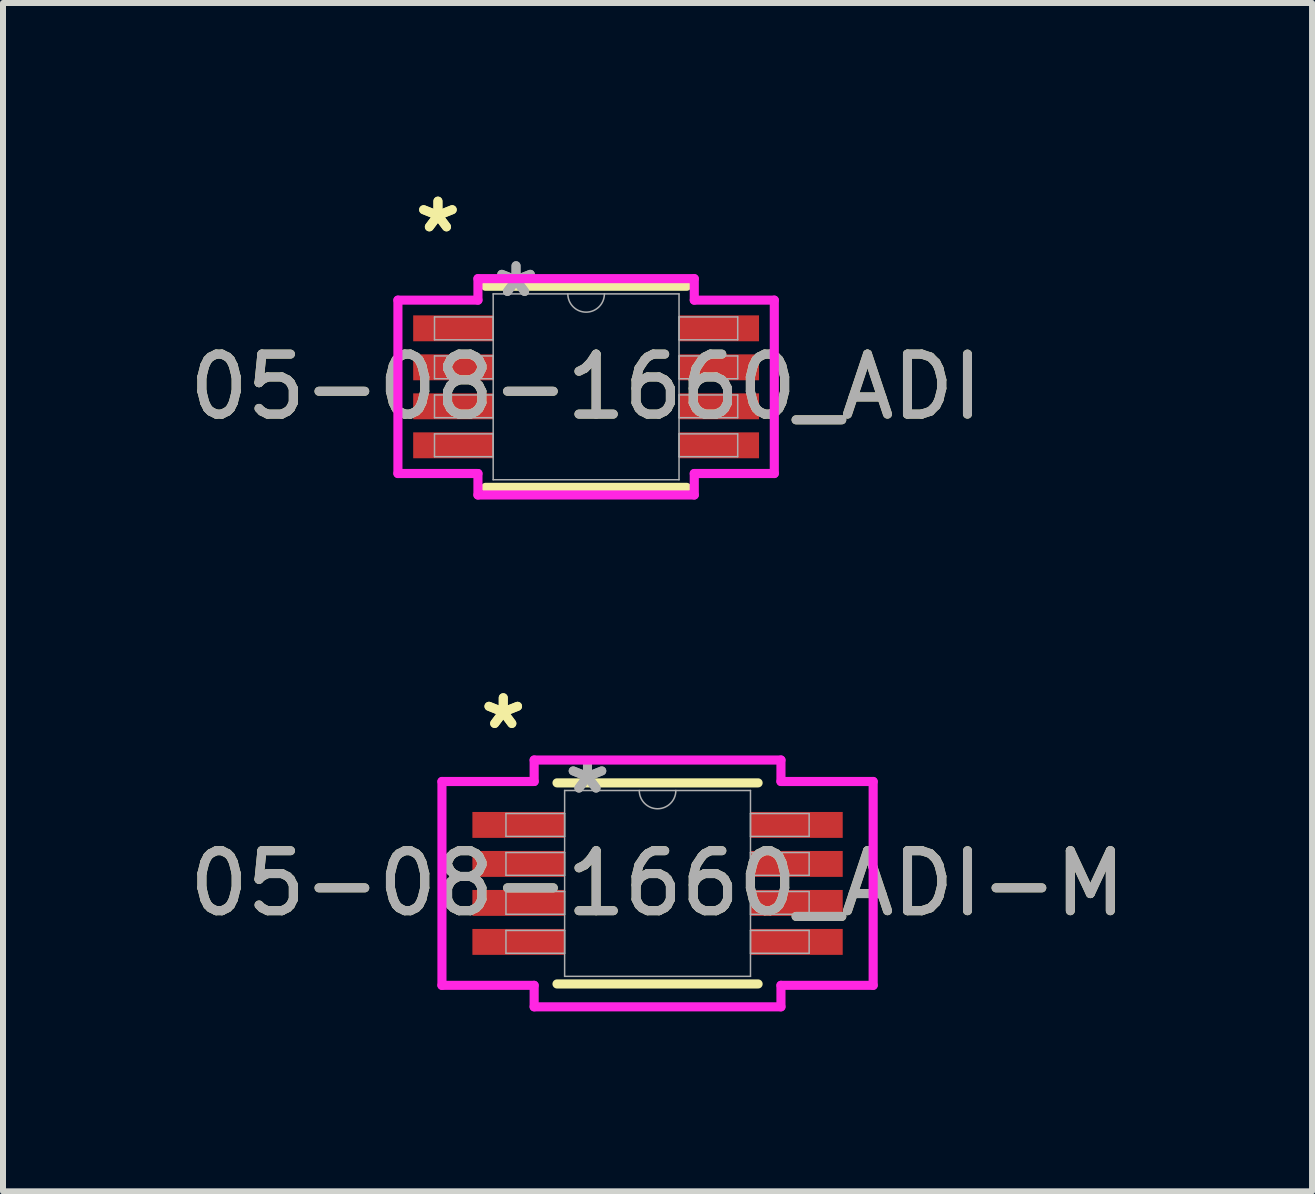
<source format=kicad_pcb>
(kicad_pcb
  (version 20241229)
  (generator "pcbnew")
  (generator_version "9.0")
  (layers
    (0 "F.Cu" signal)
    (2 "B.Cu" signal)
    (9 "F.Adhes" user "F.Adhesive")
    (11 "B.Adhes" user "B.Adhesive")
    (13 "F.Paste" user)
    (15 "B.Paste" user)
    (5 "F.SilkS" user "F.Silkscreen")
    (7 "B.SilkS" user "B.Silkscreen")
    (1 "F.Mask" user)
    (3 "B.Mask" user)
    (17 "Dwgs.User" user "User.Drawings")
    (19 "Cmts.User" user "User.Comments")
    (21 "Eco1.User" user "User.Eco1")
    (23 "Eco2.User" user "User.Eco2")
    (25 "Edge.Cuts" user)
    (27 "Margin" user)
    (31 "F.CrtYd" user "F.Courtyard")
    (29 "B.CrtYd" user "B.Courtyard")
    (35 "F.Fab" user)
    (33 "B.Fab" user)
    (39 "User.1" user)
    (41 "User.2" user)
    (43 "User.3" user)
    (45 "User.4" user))
  (footprint "05-08-1660_ADI-M"
    (layer "F.Cu")
    (at 7.911 11.676)
    (property "Reference" "05-08-1660_ADI-M" (at 0 0 0) (unlocked yes) (layer "F.SilkS") (effects (font (size 1 1) (thickness 0.15))))
    (attr smd)
    (fp_line (start -1.676 1.676) (end 1.676 1.676) (stroke (width 0.152) (type solid)) (layer "F.SilkS"))
    (fp_line (start 1.676 -1.676) (end -1.676 -1.676) (stroke (width 0.152) (type solid)) (layer "F.SilkS"))
    (fp_line (start -3.594 -1.699) (end -2.057 -1.699) (stroke (width 0.152) (type solid)) (layer "F.CrtYd"))
    (fp_line (start -3.594 1.699) (end -3.594 -1.699) (stroke (width 0.152) (type solid)) (layer "F.CrtYd"))
    (fp_line (start -3.594 1.699) (end -2.057 1.699) (stroke (width 0.152) (type solid)) (layer "F.CrtYd"))
    (fp_line (start -2.057 -2.057) (end 2.057 -2.057) (stroke (width 0.152) (type solid)) (layer "F.CrtYd"))
    (fp_line (start -2.057 -1.699) (end -2.057 -2.057) (stroke (width 0.152) (type solid)) (layer "F.CrtYd"))
    (fp_line (start -2.057 2.057) (end -2.057 1.699) (stroke (width 0.152) (type solid)) (layer "F.CrtYd"))
    (fp_line (start 2.057 -2.057) (end 2.057 -1.699) (stroke (width 0.152) (type solid)) (layer "F.CrtYd"))
    (fp_line (start 2.057 1.699) (end 2.057 2.057) (stroke (width 0.152) (type solid)) (layer "F.CrtYd"))
    (fp_line (start 2.057 2.057) (end -2.057 2.057) (stroke (width 0.152) (type solid)) (layer "F.CrtYd"))
    (fp_line (start 3.594 -1.699) (end 2.057 -1.699) (stroke (width 0.152) (type solid)) (layer "F.CrtYd"))
    (fp_line (start 3.594 -1.699) (end 3.594 1.699) (stroke (width 0.152) (type solid)) (layer "F.CrtYd"))
    (fp_line (start 3.594 1.699) (end 2.057 1.699) (stroke (width 0.152) (type solid)) (layer "F.CrtYd"))
    (fp_line (start -2.527 -1.165) (end -2.527 -0.784) (stroke (width 0.025) (type solid)) (layer "F.Fab"))
    (fp_line (start -2.527 -0.784) (end -1.549 -0.784) (stroke (width 0.025) (type solid)) (layer "F.Fab"))
    (fp_line (start -2.527 -0.515) (end -2.527 -0.135) (stroke (width 0.025) (type solid)) (layer "F.Fab"))
    (fp_line (start -2.527 -0.135) (end -1.549 -0.135) (stroke (width 0.025) (type solid)) (layer "F.Fab"))
    (fp_line (start -2.527 0.135) (end -2.527 0.515) (stroke (width 0.025) (type solid)) (layer "F.Fab"))
    (fp_line (start -2.527 0.515) (end -1.549 0.515) (stroke (width 0.025) (type solid)) (layer "F.Fab"))
    (fp_line (start -2.527 0.784) (end -2.527 1.165) (stroke (width 0.025) (type solid)) (layer "F.Fab"))
    (fp_line (start -2.527 1.165) (end -1.549 1.165) (stroke (width 0.025) (type solid)) (layer "F.Fab"))
    (fp_line (start -1.549 -1.549) (end -1.549 1.549) (stroke (width 0.025) (type solid)) (layer "F.Fab"))
    (fp_line (start -1.549 -1.165) (end -2.527 -1.165) (stroke (width 0.025) (type solid)) (layer "F.Fab"))
    (fp_line (start -1.549 -0.784) (end -1.549 -1.165) (stroke (width 0.025) (type solid)) (layer "F.Fab"))
    (fp_line (start -1.549 -0.515) (end -2.527 -0.515) (stroke (width 0.025) (type solid)) (layer "F.Fab"))
    (fp_line (start -1.549 -0.135) (end -1.549 -0.515) (stroke (width 0.025) (type solid)) (layer "F.Fab"))
    (fp_line (start -1.549 0.135) (end -2.527 0.135) (stroke (width 0.025) (type solid)) (layer "F.Fab"))
    (fp_line (start -1.549 0.515) (end -1.549 0.135) (stroke (width 0.025) (type solid)) (layer "F.Fab"))
    (fp_line (start -1.549 0.784) (end -2.527 0.784) (stroke (width 0.025) (type solid)) (layer "F.Fab"))
    (fp_line (start -1.549 1.165) (end -1.549 0.784) (stroke (width 0.025) (type solid)) (layer "F.Fab"))
    (fp_line (start -1.549 1.549) (end 1.549 1.549) (stroke (width 0.025) (type solid)) (layer "F.Fab"))
    (fp_line (start 1.549 -1.549) (end -1.549 -1.549) (stroke (width 0.025) (type solid)) (layer "F.Fab"))
    (fp_line (start 1.549 -1.165) (end 1.549 -0.784) (stroke (width 0.025) (type solid)) (layer "F.Fab"))
    (fp_line (start 1.549 -0.784) (end 2.527 -0.784) (stroke (width 0.025) (type solid)) (layer "F.Fab"))
    (fp_line (start 1.549 -0.515) (end 1.549 -0.135) (stroke (width 0.025) (type solid)) (layer "F.Fab"))
    (fp_line (start 1.549 -0.135) (end 2.527 -0.135) (stroke (width 0.025) (type solid)) (layer "F.Fab"))
    (fp_line (start 1.549 0.135) (end 1.549 0.515) (stroke (width 0.025) (type solid)) (layer "F.Fab"))
    (fp_line (start 1.549 0.515) (end 2.527 0.515) (stroke (width 0.025) (type solid)) (layer "F.Fab"))
    (fp_line (start 1.549 0.784) (end 1.549 1.165) (stroke (width 0.025) (type solid)) (layer "F.Fab"))
    (fp_line (start 1.549 1.165) (end 2.527 1.165) (stroke (width 0.025) (type solid)) (layer "F.Fab"))
    (fp_line (start 1.549 1.549) (end 1.549 -1.549) (stroke (width 0.025) (type solid)) (layer "F.Fab"))
    (fp_line (start 2.527 -1.165) (end 1.549 -1.165) (stroke (width 0.025) (type solid)) (layer "F.Fab"))
    (fp_line (start 2.527 -0.784) (end 2.527 -1.165) (stroke (width 0.025) (type solid)) (layer "F.Fab"))
    (fp_line (start 2.527 -0.515) (end 1.549 -0.515) (stroke (width 0.025) (type solid)) (layer "F.Fab"))
    (fp_line (start 2.527 -0.135) (end 2.527 -0.515) (stroke (width 0.025) (type solid)) (layer "F.Fab"))
    (fp_line (start 2.527 0.135) (end 1.549 0.135) (stroke (width 0.025) (type solid)) (layer "F.Fab"))
    (fp_line (start 2.527 0.515) (end 2.527 0.135) (stroke (width 0.025) (type solid)) (layer "F.Fab"))
    (fp_line (start 2.527 0.784) (end 1.549 0.784) (stroke (width 0.025) (type solid)) (layer "F.Fab"))
    (fp_line (start 2.527 1.165) (end 2.527 0.784) (stroke (width 0.025) (type solid)) (layer "F.Fab"))
    (fp_arc (start 0.3048 -1.5494) (mid 0 -1.2446) (end -0.3048 -1.5494) (stroke (width 0.0254) (type solid)) (layer "F.Fab"))
    (fp_text user "*" (at -2.572 -2.55 0) (unlocked yes) (layer "F.SilkS") (effects (font (size 1 1) (thickness 0.15))))
    (fp_text user "*" (at -2.572 -2.55 0) (layer "F.SilkS") (effects (font (size 1 1) (thickness 0.15))))
    (fp_text user "*" (at -1.168 -1.473 0) (layer "F.Fab") (effects (font (size 1 1) (thickness 0.15))))
    (fp_text user "${REFERENCE}" (at 0 0 0) (unlocked yes) (layer "F.Fab") (effects (font (size 1 1) (thickness 0.15))))
    (fp_text user "*" (at -1.168 -1.473 0) (unlocked yes) (layer "F.Fab") (effects (font (size 1 1) (thickness 0.15))))
    (pad "1" smd rect (at -2.318 -0.975) (size 1.537 0.432) (layers "F.Cu" "F.Mask" "F.Paste"))
    (pad "2" smd rect (at -2.318 -0.325) (size 1.537 0.432) (layers "F.Cu" "F.Mask" "F.Paste"))
    (pad "3" smd rect (at -2.318 0.325) (size 1.537 0.432) (layers "F.Cu" "F.Mask" "F.Paste"))
    (pad "4" smd rect (at -2.318 0.975) (size 1.537 0.432) (layers "F.Cu" "F.Mask" "F.Paste"))
    (pad "5" smd rect (at 2.318 0.975) (size 1.537 0.432) (layers "F.Cu" "F.Mask" "F.Paste"))
    (pad "6" smd rect (at 2.318 0.325) (size 1.537 0.432) (layers "F.Cu" "F.Mask" "F.Paste"))
    (pad "7" smd rect (at 2.318 -0.325) (size 1.537 0.432) (layers "F.Cu" "F.Mask" "F.Paste"))
    (pad "8" smd rect (at 2.318 -0.975) (size 1.537 0.432) (layers "F.Cu" "F.Mask" "F.Paste")))
  (footprint "05-08-1660_ADI"
    (layer "F.Cu")
    (at 6.72 3.398)
    (property "Reference" "05-08-1660_ADI" (at 0 0 0) (unlocked yes) (layer "F.SilkS") (effects (font (size 1 1) (thickness 0.15))))
    (attr smd)
    (fp_line (start -1.676 1.676) (end 1.676 1.676) (stroke (width 0.152) (type solid)) (layer "F.SilkS"))
    (fp_line (start 1.676 -1.676) (end -1.676 -1.676) (stroke (width 0.152) (type solid)) (layer "F.SilkS"))
    (fp_line (start -3.137 -1.445) (end -1.803 -1.445) (stroke (width 0.152) (type solid)) (layer "F.CrtYd"))
    (fp_line (start -3.137 1.445) (end -3.137 -1.445) (stroke (width 0.152) (type solid)) (layer "F.CrtYd"))
    (fp_line (start -3.137 1.445) (end -1.803 1.445) (stroke (width 0.152) (type solid)) (layer "F.CrtYd"))
    (fp_line (start -1.803 -1.803) (end 1.803 -1.803) (stroke (width 0.152) (type solid)) (layer "F.CrtYd"))
    (fp_line (start -1.803 -1.445) (end -1.803 -1.803) (stroke (width 0.152) (type solid)) (layer "F.CrtYd"))
    (fp_line (start -1.803 1.803) (end -1.803 1.445) (stroke (width 0.152) (type solid)) (layer "F.CrtYd"))
    (fp_line (start 1.803 -1.803) (end 1.803 -1.445) (stroke (width 0.152) (type solid)) (layer "F.CrtYd"))
    (fp_line (start 1.803 1.445) (end 1.803 1.803) (stroke (width 0.152) (type solid)) (layer "F.CrtYd"))
    (fp_line (start 1.803 1.803) (end -1.803 1.803) (stroke (width 0.152) (type solid)) (layer "F.CrtYd"))
    (fp_line (start 3.137 -1.445) (end 1.803 -1.445) (stroke (width 0.152) (type solid)) (layer "F.CrtYd"))
    (fp_line (start 3.137 -1.445) (end 3.137 1.445) (stroke (width 0.152) (type solid)) (layer "F.CrtYd"))
    (fp_line (start 3.137 1.445) (end 1.803 1.445) (stroke (width 0.152) (type solid)) (layer "F.CrtYd"))
    (fp_line (start -2.527 -1.165) (end -2.527 -0.784) (stroke (width 0.025) (type solid)) (layer "F.Fab"))
    (fp_line (start -2.527 -0.784) (end -1.549 -0.784) (stroke (width 0.025) (type solid)) (layer "F.Fab"))
    (fp_line (start -2.527 -0.515) (end -2.527 -0.135) (stroke (width 0.025) (type solid)) (layer "F.Fab"))
    (fp_line (start -2.527 -0.135) (end -1.549 -0.135) (stroke (width 0.025) (type solid)) (layer "F.Fab"))
    (fp_line (start -2.527 0.135) (end -2.527 0.515) (stroke (width 0.025) (type solid)) (layer "F.Fab"))
    (fp_line (start -2.527 0.515) (end -1.549 0.515) (stroke (width 0.025) (type solid)) (layer "F.Fab"))
    (fp_line (start -2.527 0.784) (end -2.527 1.165) (stroke (width 0.025) (type solid)) (layer "F.Fab"))
    (fp_line (start -2.527 1.165) (end -1.549 1.165) (stroke (width 0.025) (type solid)) (layer "F.Fab"))
    (fp_line (start -1.549 -1.549) (end -1.549 1.549) (stroke (width 0.025) (type solid)) (layer "F.Fab"))
    (fp_line (start -1.549 -1.165) (end -2.527 -1.165) (stroke (width 0.025) (type solid)) (layer "F.Fab"))
    (fp_line (start -1.549 -0.784) (end -1.549 -1.165) (stroke (width 0.025) (type solid)) (layer "F.Fab"))
    (fp_line (start -1.549 -0.515) (end -2.527 -0.515) (stroke (width 0.025) (type solid)) (layer "F.Fab"))
    (fp_line (start -1.549 -0.135) (end -1.549 -0.515) (stroke (width 0.025) (type solid)) (layer "F.Fab"))
    (fp_line (start -1.549 0.135) (end -2.527 0.135) (stroke (width 0.025) (type solid)) (layer "F.Fab"))
    (fp_line (start -1.549 0.515) (end -1.549 0.135) (stroke (width 0.025) (type solid)) (layer "F.Fab"))
    (fp_line (start -1.549 0.784) (end -2.527 0.784) (stroke (width 0.025) (type solid)) (layer "F.Fab"))
    (fp_line (start -1.549 1.165) (end -1.549 0.784) (stroke (width 0.025) (type solid)) (layer "F.Fab"))
    (fp_line (start -1.549 1.549) (end 1.549 1.549) (stroke (width 0.025) (type solid)) (layer "F.Fab"))
    (fp_line (start 1.549 -1.549) (end -1.549 -1.549) (stroke (width 0.025) (type solid)) (layer "F.Fab"))
    (fp_line (start 1.549 -1.165) (end 1.549 -0.784) (stroke (width 0.025) (type solid)) (layer "F.Fab"))
    (fp_line (start 1.549 -0.784) (end 2.527 -0.784) (stroke (width 0.025) (type solid)) (layer "F.Fab"))
    (fp_line (start 1.549 -0.515) (end 1.549 -0.135) (stroke (width 0.025) (type solid)) (layer "F.Fab"))
    (fp_line (start 1.549 -0.135) (end 2.527 -0.135) (stroke (width 0.025) (type solid)) (layer "F.Fab"))
    (fp_line (start 1.549 0.135) (end 1.549 0.515) (stroke (width 0.025) (type solid)) (layer "F.Fab"))
    (fp_line (start 1.549 0.515) (end 2.527 0.515) (stroke (width 0.025) (type solid)) (layer "F.Fab"))
    (fp_line (start 1.549 0.784) (end 1.549 1.165) (stroke (width 0.025) (type solid)) (layer "F.Fab"))
    (fp_line (start 1.549 1.165) (end 2.527 1.165) (stroke (width 0.025) (type solid)) (layer "F.Fab"))
    (fp_line (start 1.549 1.549) (end 1.549 -1.549) (stroke (width 0.025) (type solid)) (layer "F.Fab"))
    (fp_line (start 2.527 -1.165) (end 1.549 -1.165) (stroke (width 0.025) (type solid)) (layer "F.Fab"))
    (fp_line (start 2.527 -0.784) (end 2.527 -1.165) (stroke (width 0.025) (type solid)) (layer "F.Fab"))
    (fp_line (start 2.527 -0.515) (end 1.549 -0.515) (stroke (width 0.025) (type solid)) (layer "F.Fab"))
    (fp_line (start 2.527 -0.135) (end 2.527 -0.515) (stroke (width 0.025) (type solid)) (layer "F.Fab"))
    (fp_line (start 2.527 0.135) (end 1.549 0.135) (stroke (width 0.025) (type solid)) (layer "F.Fab"))
    (fp_line (start 2.527 0.515) (end 2.527 0.135) (stroke (width 0.025) (type solid)) (layer "F.Fab"))
    (fp_line (start 2.527 0.784) (end 1.549 0.784) (stroke (width 0.025) (type solid)) (layer "F.Fab"))
    (fp_line (start 2.527 1.165) (end 2.527 0.784) (stroke (width 0.025) (type solid)) (layer "F.Fab"))
    (fp_arc (start 0.3048 -1.5494) (mid 0 -1.2446) (end -0.3048 -1.5494) (stroke (width 0.0254) (type solid)) (layer "F.Fab"))
    (fp_text user "*" (at -2.47 -2.55 0) (layer "F.SilkS") (effects (font (size 1 1) (thickness 0.15))))
    (fp_text user "*" (at -2.47 -2.55 0) (unlocked yes) (layer "F.SilkS") (effects (font (size 1 1) (thickness 0.15))))
    (fp_text user "*" (at -1.168 -1.473 0) (unlocked yes) (layer "F.Fab") (effects (font (size 1 1) (thickness 0.15))))
    (fp_text user "${REFERENCE}" (at 0 0 0) (unlocked yes) (layer "F.Fab") (effects (font (size 1 1) (thickness 0.15))))
    (fp_text user "*" (at -1.168 -1.473 0) (layer "F.Fab") (effects (font (size 1 1) (thickness 0.15))))
    (pad "1" smd rect (at -2.216 -0.975) (size 1.333 0.432) (layers "F.Cu" "F.Mask" "F.Paste"))
    (pad "2" smd rect (at -2.216 -0.325) (size 1.333 0.432) (layers "F.Cu" "F.Mask" "F.Paste"))
    (pad "3" smd rect (at -2.216 0.325) (size 1.333 0.432) (layers "F.Cu" "F.Mask" "F.Paste"))
    (pad "4" smd rect (at -2.216 0.975) (size 1.333 0.432) (layers "F.Cu" "F.Mask" "F.Paste"))
    (pad "5" smd rect (at 2.216 0.975) (size 1.333 0.432) (layers "F.Cu" "F.Mask" "F.Paste"))
    (pad "6" smd rect (at 2.216 0.325) (size 1.333 0.432) (layers "F.Cu" "F.Mask" "F.Paste"))
    (pad "7" smd rect (at 2.216 -0.325) (size 1.333 0.432) (layers "F.Cu" "F.Mask" "F.Paste"))
    (pad "8" smd rect (at 2.216 -0.975) (size 1.333 0.432) (layers "F.Cu" "F.Mask" "F.Paste")))
  (gr_rect
    (start -3 -3)
    (end 18.821 16.809)
    (stroke (width 0.1) (type default))
    (fill no)
    (layer "Edge.Cuts")))
</source>
